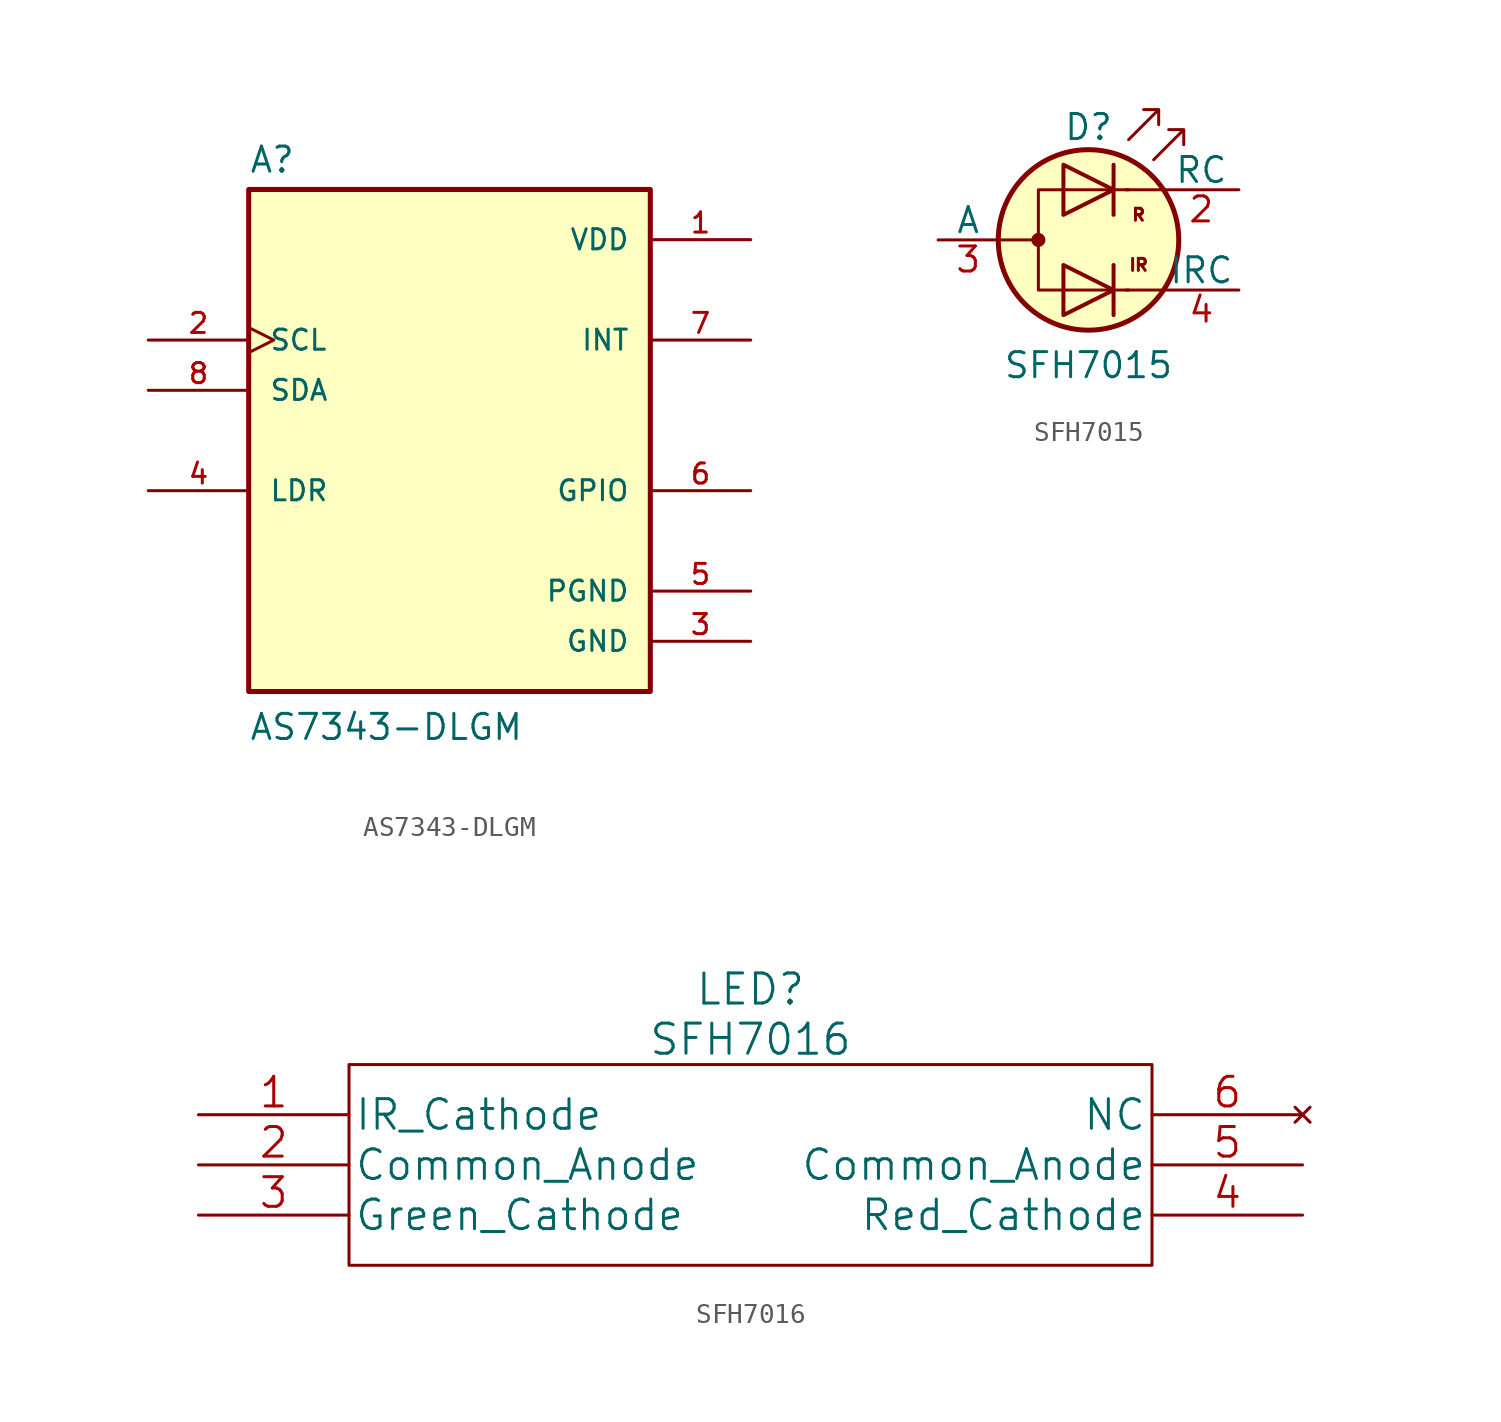
<source format=kicad_sym>
(kicad_symbol_lib
  (version 20220914)
  (generator kicad_symbol_editor)
  (symbol "AS7343-DLGM"
    (pin_names
      (offset 1.016))
    (property "Reference" "A"
      (at -10.16 13.462 0)
      (effects (font (size 1.27 1.27)) (justify left bottom)))
    (property "Value" "AS7343-DLGM"
      (at -10.16 -15.24 0)
      (effects (font (size 1.27 1.27)) (justify left bottom)))
    (symbol "AS7343-DLGM_0_0"
      (rectangle (start -10.16 -12.7) (end 10.16 12.7) (stroke (width 0.254) (type solid)) (fill (type background)))
      (pin power_in line (at 15.24 10.16 180) (length 5.08) (name "VDD" (effects (font (size 1.016 1.016)))) (number "1" (effects (font (size 1.016 1.016)))))
      (pin input clock (at -15.24 5.08 0) (length 5.08) (name "SCL" (effects (font (size 1.016 1.016)))) (number "2" (effects (font (size 1.016 1.016)))))
      (pin power_in line (at 15.24 -10.16 180) (length 5.08) (name "GND" (effects (font (size 1.016 1.016)))) (number "3" (effects (font (size 1.016 1.016)))))
      (pin bidirectional line (at -15.24 -2.54 0) (length 5.08) (name "LDR" (effects (font (size 1.016 1.016)))) (number "4" (effects (font (size 1.016 1.016)))))
      (pin power_in line (at 15.24 -7.62 180) (length 5.08) (name "PGND" (effects (font (size 1.016 1.016)))) (number "5" (effects (font (size 1.016 1.016)))))
      (pin bidirectional line (at 15.24 -2.54 180) (length 5.08) (name "GPIO" (effects (font (size 1.016 1.016)))) (number "6" (effects (font (size 1.016 1.016)))))
      (pin output line (at 15.24 5.08 180) (length 5.08) (name "INT" (effects (font (size 1.016 1.016)))) (number "7" (effects (font (size 1.016 1.016)))))
      (pin bidirectional line (at -15.24 2.54 0) (length 5.08) (name "SDA" (effects (font (size 1.016 1.016)))) (number "8" (effects (font (size 1.016 1.016)))))))
  (symbol "SFH7015"
    (pin_names
      (offset 0))
    (property "Reference" "D"
      (at 0 5.715 0)
      (effects (font (size 1.27 1.27))))
    (property "Value" "SFH7015"
      (at 0 -6.35 0)
      (effects (font (size 1.27 1.27))))
    (symbol "SFH7015_0_0"
      (text "IR" (at 2.54 -1.27 0) (effects (font (size 0.61 0.61))))
      (text "R" (at 2.54 1.27 0) (effects (font (size 0.61 0.61)))))
    (symbol "SFH7015_0_1"
      (circle (center -2.54 0) (radius 0.279) (stroke (width 0) (type solid)) (fill (type outline)))
      (polyline (pts (xy -4.572 0) (xy -2.54 0)) (stroke (width 0) (type solid)) (fill (type none)))
      (polyline (pts (xy 1.27 -1.27) (xy 1.27 -3.81)) (stroke (width 0.203) (type solid)) (fill (type none)))
      (polyline (pts (xy 1.27 3.81) (xy 1.27 1.27)) (stroke (width 0.203) (type solid)) (fill (type none)))
      (polyline (pts (xy 3.81 -2.54) (xy 1.905 -2.54)) (stroke (width 0) (type solid)) (fill (type none)))
      (polyline (pts (xy 3.81 2.54) (xy 1.905 2.54)) (stroke (width 0) (type solid)) (fill (type none)))
      (polyline (pts (xy -1.27 -1.27) (xy -1.27 -3.81) (xy 1.27 -2.54) (xy -1.27 -1.27)) (stroke (width 0.203) (type solid)) (fill (type none)))
      (polyline (pts (xy -1.27 3.81) (xy -1.27 1.27) (xy 1.27 2.54) (xy -1.27 3.81)) (stroke (width 0.203) (type solid)) (fill (type none)))
      (polyline (pts (xy 2.032 2.54) (xy -2.54 2.54) (xy -2.54 -2.54) (xy 2.032 -2.54)) (stroke (width 0) (type solid)) (fill (type none)))
      (polyline (pts (xy 2.032 5.08) (xy 3.556 6.604) (xy 2.794 6.604) (xy 3.556 6.604) (xy 3.556 5.842)) (stroke (width 0) (type solid)) (fill (type none)))
      (polyline (pts (xy 3.302 4.064) (xy 4.826 5.588) (xy 4.064 5.588) (xy 4.826 5.588) (xy 4.826 4.826)) (stroke (width 0) (type solid)) (fill (type none)))
      (circle (center 0 0) (radius 4.572) (stroke (width 0.254) (type solid)) (fill (type background))))
    (symbol "SFH7015_1_1"
      (pin no_connect line (at 1.27 0 180) (length 3.81) hide (name "NC" (effects (font (size 1.27 1.27)))) (number "1" (effects (font (size 1.27 1.27)))))
      (pin input line (at 7.62 2.54 180) (length 3.81) (name "RC" (effects (font (size 1.27 1.27)))) (number "2" (effects (font (size 1.27 1.27)))))
      (pin input line (at -7.62 0 0) (length 3.048) (name "A" (effects (font (size 1.27 1.27)))) (number "3" (effects (font (size 1.27 1.27)))))
      (pin input line (at 7.62 -2.54 180) (length 3.81) (name "IRC" (effects (font (size 1.27 1.27)))) (number "4" (effects (font (size 1.27 1.27)))))))
  (symbol "SFH7016"
    (pin_names
      (offset 0.254))
    (property "Reference" "LED"
      (at 0 8.89 0)
      (effects (font (size 1.524 1.524))))
    (property "Value" "SFH7016"
      (at 0 6.35 0)
      (effects (font (size 1.524 1.524))))
    (property "Datasheet" ""
      (at -27.94 2.54 0)
      (effects (font (size 1.524 1.524))))
    (symbol "SFH7016_1_1"
      (rectangle (start -20.32 5.08) (end 20.32 -5.08) (stroke (width 0) (type solid)) (fill (type none)))
      (pin unspecified line (at -27.94 2.54 0) (length 7.62) (name "IR_Cathode" (effects (font (size 1.499 1.499)))) (number "1" (effects (font (size 1.499 1.499)))))
      (pin unspecified line (at -27.94 0 0) (length 7.62) (name "Common_Anode" (effects (font (size 1.499 1.499)))) (number "2" (effects (font (size 1.499 1.499)))))
      (pin unspecified line (at -27.94 -2.54 0) (length 7.62) (name "Green_Cathode" (effects (font (size 1.499 1.499)))) (number "3" (effects (font (size 1.499 1.499)))))
      (pin unspecified line (at 27.94 -2.54 180) (length 7.62) (name "Red_Cathode" (effects (font (size 1.499 1.499)))) (number "4" (effects (font (size 1.499 1.499)))))
      (pin unspecified line (at 27.94 0 180) (length 7.62) (name "Common_Anode" (effects (font (size 1.499 1.499)))) (number "5" (effects (font (size 1.499 1.499)))))
      (pin no_connect line (at 27.94 2.54 180) (length 7.62) (name "NC" (effects (font (size 1.499 1.499)))) (number "6" (effects (font (size 1.499 1.499))))))))
</source>
